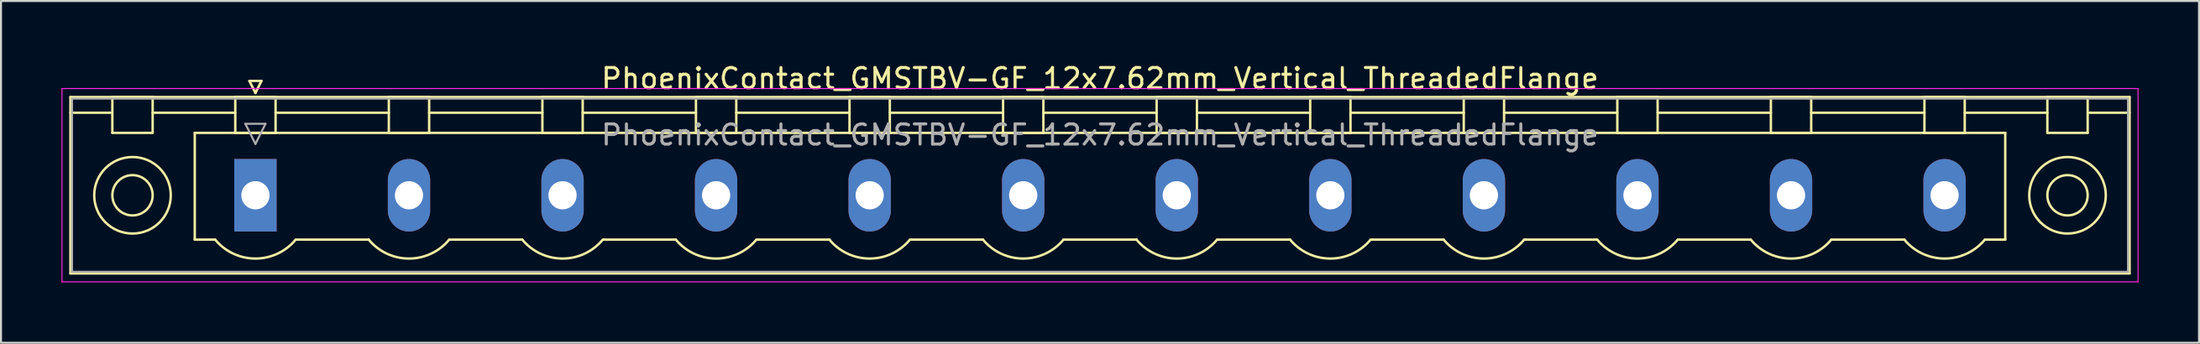
<source format=kicad_pcb>
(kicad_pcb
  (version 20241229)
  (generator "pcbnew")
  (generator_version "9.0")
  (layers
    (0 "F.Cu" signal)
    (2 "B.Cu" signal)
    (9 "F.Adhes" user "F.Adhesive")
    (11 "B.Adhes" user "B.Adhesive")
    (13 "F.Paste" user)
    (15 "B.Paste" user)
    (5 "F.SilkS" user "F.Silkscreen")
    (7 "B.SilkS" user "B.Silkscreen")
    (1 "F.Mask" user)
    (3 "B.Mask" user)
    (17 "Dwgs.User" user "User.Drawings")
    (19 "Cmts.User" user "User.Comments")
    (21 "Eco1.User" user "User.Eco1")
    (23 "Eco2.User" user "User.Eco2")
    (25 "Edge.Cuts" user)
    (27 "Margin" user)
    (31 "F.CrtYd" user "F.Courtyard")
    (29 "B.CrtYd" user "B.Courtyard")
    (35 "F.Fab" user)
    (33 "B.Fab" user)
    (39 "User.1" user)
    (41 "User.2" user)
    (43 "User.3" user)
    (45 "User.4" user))
  (footprint "PhoenixContact_GMSTBV-GF_12x7.62mm_Vertical_ThreadedFlange"
    (layer "F.Cu")
    (at 9.625 6.648)
    (property "Reference" "PhoenixContact_GMSTBV-GF_12x7.62mm_Vertical_ThreadedFlange" (at 41.91 -5.8 0) (layer "F.SilkS") (effects (font (size 1 1) (thickness 0.15))))
    (attr through_hole)
    (fp_line (start -9.18 -4.88) (end -9.18 3.88) (stroke (width 0.12) (type solid)) (layer "F.SilkS"))
    (fp_line (start -9.18 -4.1) (end -7.18 -4.1) (stroke (width 0.12) (type solid)) (layer "F.SilkS"))
    (fp_line (start -9.18 3.88) (end 93 3.88) (stroke (width 0.12) (type solid)) (layer "F.SilkS"))
    (fp_line (start -7.1 -4.88) (end -5.1 -4.88) (stroke (width 0.12) (type solid)) (layer "F.SilkS"))
    (fp_line (start -7.1 -3.1) (end -7.1 -4.88) (stroke (width 0.12) (type solid)) (layer "F.SilkS"))
    (fp_line (start -5.1 -4.88) (end -5.1 -3.1) (stroke (width 0.12) (type solid)) (layer "F.SilkS"))
    (fp_line (start -5.1 -4.1) (end -1 -4.1) (stroke (width 0.12) (type solid)) (layer "F.SilkS"))
    (fp_line (start -5.1 -3.1) (end -7.1 -3.1) (stroke (width 0.12) (type solid)) (layer "F.SilkS"))
    (fp_line (start -3.01 -3.1) (end 86.83 -3.1) (stroke (width 0.12) (type solid)) (layer "F.SilkS"))
    (fp_line (start -3.01 2.2) (end -3.01 -3.1) (stroke (width 0.12) (type solid)) (layer "F.SilkS"))
    (fp_line (start -2 2.2) (end -3.01 2.2) (stroke (width 0.12) (type solid)) (layer "F.SilkS"))
    (fp_line (start -1 -4.88) (end 1 -4.88) (stroke (width 0.12) (type solid)) (layer "F.SilkS"))
    (fp_line (start -1 -3.1) (end -1 -4.88) (stroke (width 0.12) (type solid)) (layer "F.SilkS"))
    (fp_line (start -0.3 -5.68) (end 0.3 -5.68) (stroke (width 0.12) (type solid)) (layer "F.SilkS"))
    (fp_line (start 0 -5.08) (end -0.3 -5.68) (stroke (width 0.12) (type solid)) (layer "F.SilkS"))
    (fp_line (start 0.3 -5.68) (end 0 -5.08) (stroke (width 0.12) (type solid)) (layer "F.SilkS"))
    (fp_line (start 1 -4.88) (end 1 -3.1) (stroke (width 0.12) (type solid)) (layer "F.SilkS"))
    (fp_line (start 1 -4.1) (end 6.62 -4.1) (stroke (width 0.12) (type solid)) (layer "F.SilkS"))
    (fp_line (start 1 -3.1) (end -1 -3.1) (stroke (width 0.12) (type solid)) (layer "F.SilkS"))
    (fp_line (start 2 2.2) (end 5.62 2.2) (stroke (width 0.12) (type solid)) (layer "F.SilkS"))
    (fp_line (start 6.62 -4.88) (end 8.62 -4.88) (stroke (width 0.12) (type solid)) (layer "F.SilkS"))
    (fp_line (start 6.62 -3.1) (end 6.62 -4.88) (stroke (width 0.12) (type solid)) (layer "F.SilkS"))
    (fp_line (start 8.62 -4.88) (end 8.62 -3.1) (stroke (width 0.12) (type solid)) (layer "F.SilkS"))
    (fp_line (start 8.62 -4.1) (end 14.24 -4.1) (stroke (width 0.12) (type solid)) (layer "F.SilkS"))
    (fp_line (start 8.62 -3.1) (end 6.62 -3.1) (stroke (width 0.12) (type solid)) (layer "F.SilkS"))
    (fp_line (start 9.62 2.2) (end 13.24 2.2) (stroke (width 0.12) (type solid)) (layer "F.SilkS"))
    (fp_line (start 14.24 -4.88) (end 16.24 -4.88) (stroke (width 0.12) (type solid)) (layer "F.SilkS"))
    (fp_line (start 14.24 -3.1) (end 14.24 -4.88) (stroke (width 0.12) (type solid)) (layer "F.SilkS"))
    (fp_line (start 16.24 -4.88) (end 16.24 -3.1) (stroke (width 0.12) (type solid)) (layer "F.SilkS"))
    (fp_line (start 16.24 -4.1) (end 21.86 -4.1) (stroke (width 0.12) (type solid)) (layer "F.SilkS"))
    (fp_line (start 16.24 -3.1) (end 14.24 -3.1) (stroke (width 0.12) (type solid)) (layer "F.SilkS"))
    (fp_line (start 17.24 2.2) (end 20.86 2.2) (stroke (width 0.12) (type solid)) (layer "F.SilkS"))
    (fp_line (start 21.86 -4.88) (end 23.86 -4.88) (stroke (width 0.12) (type solid)) (layer "F.SilkS"))
    (fp_line (start 21.86 -3.1) (end 21.86 -4.88) (stroke (width 0.12) (type solid)) (layer "F.SilkS"))
    (fp_line (start 23.86 -4.88) (end 23.86 -3.1) (stroke (width 0.12) (type solid)) (layer "F.SilkS"))
    (fp_line (start 23.86 -4.1) (end 29.48 -4.1) (stroke (width 0.12) (type solid)) (layer "F.SilkS"))
    (fp_line (start 23.86 -3.1) (end 21.86 -3.1) (stroke (width 0.12) (type solid)) (layer "F.SilkS"))
    (fp_line (start 24.86 2.2) (end 28.48 2.2) (stroke (width 0.12) (type solid)) (layer "F.SilkS"))
    (fp_line (start 29.48 -4.88) (end 31.48 -4.88) (stroke (width 0.12) (type solid)) (layer "F.SilkS"))
    (fp_line (start 29.48 -3.1) (end 29.48 -4.88) (stroke (width 0.12) (type solid)) (layer "F.SilkS"))
    (fp_line (start 31.48 -4.88) (end 31.48 -3.1) (stroke (width 0.12) (type solid)) (layer "F.SilkS"))
    (fp_line (start 31.48 -4.1) (end 37.1 -4.1) (stroke (width 0.12) (type solid)) (layer "F.SilkS"))
    (fp_line (start 31.48 -3.1) (end 29.48 -3.1) (stroke (width 0.12) (type solid)) (layer "F.SilkS"))
    (fp_line (start 32.48 2.2) (end 36.1 2.2) (stroke (width 0.12) (type solid)) (layer "F.SilkS"))
    (fp_line (start 37.1 -4.88) (end 39.1 -4.88) (stroke (width 0.12) (type solid)) (layer "F.SilkS"))
    (fp_line (start 37.1 -3.1) (end 37.1 -4.88) (stroke (width 0.12) (type solid)) (layer "F.SilkS"))
    (fp_line (start 39.1 -4.88) (end 39.1 -3.1) (stroke (width 0.12) (type solid)) (layer "F.SilkS"))
    (fp_line (start 39.1 -4.1) (end 44.72 -4.1) (stroke (width 0.12) (type solid)) (layer "F.SilkS"))
    (fp_line (start 39.1 -3.1) (end 37.1 -3.1) (stroke (width 0.12) (type solid)) (layer "F.SilkS"))
    (fp_line (start 40.1 2.2) (end 43.72 2.2) (stroke (width 0.12) (type solid)) (layer "F.SilkS"))
    (fp_line (start 44.72 -4.88) (end 46.72 -4.88) (stroke (width 0.12) (type solid)) (layer "F.SilkS"))
    (fp_line (start 44.72 -3.1) (end 44.72 -4.88) (stroke (width 0.12) (type solid)) (layer "F.SilkS"))
    (fp_line (start 46.72 -4.88) (end 46.72 -3.1) (stroke (width 0.12) (type solid)) (layer "F.SilkS"))
    (fp_line (start 46.72 -4.1) (end 52.34 -4.1) (stroke (width 0.12) (type solid)) (layer "F.SilkS"))
    (fp_line (start 46.72 -3.1) (end 44.72 -3.1) (stroke (width 0.12) (type solid)) (layer "F.SilkS"))
    (fp_line (start 47.72 2.2) (end 51.34 2.2) (stroke (width 0.12) (type solid)) (layer "F.SilkS"))
    (fp_line (start 52.34 -4.88) (end 54.34 -4.88) (stroke (width 0.12) (type solid)) (layer "F.SilkS"))
    (fp_line (start 52.34 -3.1) (end 52.34 -4.88) (stroke (width 0.12) (type solid)) (layer "F.SilkS"))
    (fp_line (start 54.34 -4.88) (end 54.34 -3.1) (stroke (width 0.12) (type solid)) (layer "F.SilkS"))
    (fp_line (start 54.34 -4.1) (end 59.96 -4.1) (stroke (width 0.12) (type solid)) (layer "F.SilkS"))
    (fp_line (start 54.34 -3.1) (end 52.34 -3.1) (stroke (width 0.12) (type solid)) (layer "F.SilkS"))
    (fp_line (start 55.34 2.2) (end 58.96 2.2) (stroke (width 0.12) (type solid)) (layer "F.SilkS"))
    (fp_line (start 59.96 -4.88) (end 61.96 -4.88) (stroke (width 0.12) (type solid)) (layer "F.SilkS"))
    (fp_line (start 59.96 -3.1) (end 59.96 -4.88) (stroke (width 0.12) (type solid)) (layer "F.SilkS"))
    (fp_line (start 61.96 -4.88) (end 61.96 -3.1) (stroke (width 0.12) (type solid)) (layer "F.SilkS"))
    (fp_line (start 61.96 -4.1) (end 67.58 -4.1) (stroke (width 0.12) (type solid)) (layer "F.SilkS"))
    (fp_line (start 61.96 -3.1) (end 59.96 -3.1) (stroke (width 0.12) (type solid)) (layer "F.SilkS"))
    (fp_line (start 62.96 2.2) (end 66.58 2.2) (stroke (width 0.12) (type solid)) (layer "F.SilkS"))
    (fp_line (start 67.58 -4.88) (end 69.58 -4.88) (stroke (width 0.12) (type solid)) (layer "F.SilkS"))
    (fp_line (start 67.58 -3.1) (end 67.58 -4.88) (stroke (width 0.12) (type solid)) (layer "F.SilkS"))
    (fp_line (start 69.58 -4.88) (end 69.58 -3.1) (stroke (width 0.12) (type solid)) (layer "F.SilkS"))
    (fp_line (start 69.58 -4.1) (end 75.2 -4.1) (stroke (width 0.12) (type solid)) (layer "F.SilkS"))
    (fp_line (start 69.58 -3.1) (end 67.58 -3.1) (stroke (width 0.12) (type solid)) (layer "F.SilkS"))
    (fp_line (start 70.58 2.2) (end 74.2 2.2) (stroke (width 0.12) (type solid)) (layer "F.SilkS"))
    (fp_line (start 75.2 -4.88) (end 77.2 -4.88) (stroke (width 0.12) (type solid)) (layer "F.SilkS"))
    (fp_line (start 75.2 -3.1) (end 75.2 -4.88) (stroke (width 0.12) (type solid)) (layer "F.SilkS"))
    (fp_line (start 77.2 -4.88) (end 77.2 -3.1) (stroke (width 0.12) (type solid)) (layer "F.SilkS"))
    (fp_line (start 77.2 -4.1) (end 82.82 -4.1) (stroke (width 0.12) (type solid)) (layer "F.SilkS"))
    (fp_line (start 77.2 -3.1) (end 75.2 -3.1) (stroke (width 0.12) (type solid)) (layer "F.SilkS"))
    (fp_line (start 78.2 2.2) (end 81.82 2.2) (stroke (width 0.12) (type solid)) (layer "F.SilkS"))
    (fp_line (start 82.82 -4.88) (end 84.82 -4.88) (stroke (width 0.12) (type solid)) (layer "F.SilkS"))
    (fp_line (start 82.82 -3.1) (end 82.82 -4.88) (stroke (width 0.12) (type solid)) (layer "F.SilkS"))
    (fp_line (start 84.82 -4.88) (end 84.82 -3.1) (stroke (width 0.12) (type solid)) (layer "F.SilkS"))
    (fp_line (start 84.82 -4.1) (end 88.92 -4.1) (stroke (width 0.12) (type solid)) (layer "F.SilkS"))
    (fp_line (start 84.82 -3.1) (end 82.82 -3.1) (stroke (width 0.12) (type solid)) (layer "F.SilkS"))
    (fp_line (start 86.83 -3.1) (end 86.83 2.2) (stroke (width 0.12) (type solid)) (layer "F.SilkS"))
    (fp_line (start 86.83 2.2) (end 85.82 2.2) (stroke (width 0.12) (type solid)) (layer "F.SilkS"))
    (fp_line (start 88.92 -4.88) (end 90.92 -4.88) (stroke (width 0.12) (type solid)) (layer "F.SilkS"))
    (fp_line (start 88.92 -3.1) (end 88.92 -4.88) (stroke (width 0.12) (type solid)) (layer "F.SilkS"))
    (fp_line (start 90.92 -4.88) (end 90.92 -3.1) (stroke (width 0.12) (type solid)) (layer "F.SilkS"))
    (fp_line (start 90.92 -3.1) (end 88.92 -3.1) (stroke (width 0.12) (type solid)) (layer "F.SilkS"))
    (fp_line (start 93 -4.88) (end -9.18 -4.88) (stroke (width 0.12) (type solid)) (layer "F.SilkS"))
    (fp_line (start 93 -4.1) (end 91 -4.1) (stroke (width 0.12) (type solid)) (layer "F.SilkS"))
    (fp_line (start 93 3.88) (end 93 -4.88) (stroke (width 0.12) (type solid)) (layer "F.SilkS"))
    (fp_arc (start 1.986842 2.215821) (mid -0.010289 3.142758) (end -2 2.2) (stroke (width 0.12) (type solid)) (layer "F.SilkS"))
    (fp_arc (start 9.606842 2.215821) (mid 7.609711 3.142758) (end 5.62 2.2) (stroke (width 0.12) (type solid)) (layer "F.SilkS"))
    (fp_arc (start 17.226842 2.215821) (mid 15.229711 3.142758) (end 13.24 2.2) (stroke (width 0.12) (type solid)) (layer "F.SilkS"))
    (fp_arc (start 24.846842 2.215821) (mid 22.849711 3.142758) (end 20.86 2.2) (stroke (width 0.12) (type solid)) (layer "F.SilkS"))
    (fp_arc (start 32.466842 2.215821) (mid 30.469711 3.142758) (end 28.48 2.2) (stroke (width 0.12) (type solid)) (layer "F.SilkS"))
    (fp_arc (start 40.086842 2.215821) (mid 38.089711 3.142758) (end 36.1 2.2) (stroke (width 0.12) (type solid)) (layer "F.SilkS"))
    (fp_arc (start 47.706842 2.215821) (mid 45.709711 3.142758) (end 43.72 2.2) (stroke (width 0.12) (type solid)) (layer "F.SilkS"))
    (fp_arc (start 55.326842 2.215821) (mid 53.329711 3.142758) (end 51.34 2.2) (stroke (width 0.12) (type solid)) (layer "F.SilkS"))
    (fp_arc (start 62.946842 2.215821) (mid 60.949711 3.142758) (end 58.96 2.2) (stroke (width 0.12) (type solid)) (layer "F.SilkS"))
    (fp_arc (start 70.566842 2.215821) (mid 68.569711 3.142758) (end 66.58 2.2) (stroke (width 0.12) (type solid)) (layer "F.SilkS"))
    (fp_arc (start 78.186842 2.215821) (mid 76.189711 3.142758) (end 74.2 2.2) (stroke (width 0.12) (type solid)) (layer "F.SilkS"))
    (fp_arc (start 85.806842 2.215821) (mid 83.809711 3.142758) (end 81.82 2.2) (stroke (width 0.12) (type solid)) (layer "F.SilkS"))
    (fp_circle (center -6.1 0) (end -5.1 0) (stroke (width 0.12) (type solid)) (fill no) (layer "F.SilkS"))
    (fp_circle (center -6.1 0) (end -4.2 0) (stroke (width 0.12) (type solid)) (fill no) (layer "F.SilkS"))
    (fp_circle (center 89.92 0) (end 90.92 0) (stroke (width 0.12) (type solid)) (fill no) (layer "F.SilkS"))
    (fp_circle (center 89.92 0) (end 91.82 0) (stroke (width 0.12) (type solid)) (fill no) (layer "F.SilkS"))
    (fp_line (start -9.6 -5.3) (end -9.6 4.3) (stroke (width 0.05) (type solid)) (layer "F.CrtYd"))
    (fp_line (start -9.6 4.3) (end 93.42 4.3) (stroke (width 0.05) (type solid)) (layer "F.CrtYd"))
    (fp_line (start 93.42 -5.3) (end -9.6 -5.3) (stroke (width 0.05) (type solid)) (layer "F.CrtYd"))
    (fp_line (start 93.42 4.3) (end 93.42 -5.3) (stroke (width 0.05) (type solid)) (layer "F.CrtYd"))
    (fp_line (start -9.1 -4.8) (end -9.1 3.8) (stroke (width 0.1) (type solid)) (layer "F.Fab"))
    (fp_line (start -9.1 3.8) (end 92.92 3.8) (stroke (width 0.1) (type solid)) (layer "F.Fab"))
    (fp_line (start -0.5 -3.55) (end 0.5 -3.55) (stroke (width 0.1) (type solid)) (layer "F.Fab"))
    (fp_line (start 0 -2.55) (end -0.5 -3.55) (stroke (width 0.1) (type solid)) (layer "F.Fab"))
    (fp_line (start 0.5 -3.55) (end 0 -2.55) (stroke (width 0.1) (type solid)) (layer "F.Fab"))
    (fp_line (start 92.92 -4.8) (end -9.1 -4.8) (stroke (width 0.1) (type solid)) (layer "F.Fab"))
    (fp_line (start 92.92 3.8) (end 92.92 -4.8) (stroke (width 0.1) (type solid)) (layer "F.Fab"))
    (fp_text user "${REFERENCE}" (at 41.91 -3 0) (layer "F.Fab") (effects (font (size 1 1) (thickness 0.15))))
    (pad "1" thru_hole rect (at 0 0) (size 2.1 3.6) (drill 1.4) (layers "*.Cu" "*.Mask"))
    (pad "2" thru_hole oval (at 7.62 0) (size 2.1 3.6) (drill 1.4) (layers "*.Cu" "*.Mask"))
    (pad "3" thru_hole oval (at 15.24 0) (size 2.1 3.6) (drill 1.4) (layers "*.Cu" "*.Mask"))
    (pad "4" thru_hole oval (at 22.86 0) (size 2.1 3.6) (drill 1.4) (layers "*.Cu" "*.Mask"))
    (pad "5" thru_hole oval (at 30.48 0) (size 2.1 3.6) (drill 1.4) (layers "*.Cu" "*.Mask"))
    (pad "6" thru_hole oval (at 38.1 0) (size 2.1 3.6) (drill 1.4) (layers "*.Cu" "*.Mask"))
    (pad "7" thru_hole oval (at 45.72 0) (size 2.1 3.6) (drill 1.4) (layers "*.Cu" "*.Mask"))
    (pad "8" thru_hole oval (at 53.34 0) (size 2.1 3.6) (drill 1.4) (layers "*.Cu" "*.Mask"))
    (pad "9" thru_hole oval (at 60.96 0) (size 2.1 3.6) (drill 1.4) (layers "*.Cu" "*.Mask"))
    (pad "10" thru_hole oval (at 68.58 0) (size 2.1 3.6) (drill 1.4) (layers "*.Cu" "*.Mask"))
    (pad "11" thru_hole oval (at 76.2 0) (size 2.1 3.6) (drill 1.4) (layers "*.Cu" "*.Mask"))
    (pad "12" thru_hole oval (at 83.82 0) (size 2.1 3.6) (drill 1.4) (layers "*.Cu" "*.Mask")))
  (gr_rect
    (start -3 -3)
    (end 106.07 13.973)
    (stroke (width 0.1) (type default))
    (fill no)
    (layer "Edge.Cuts")))
</source>
